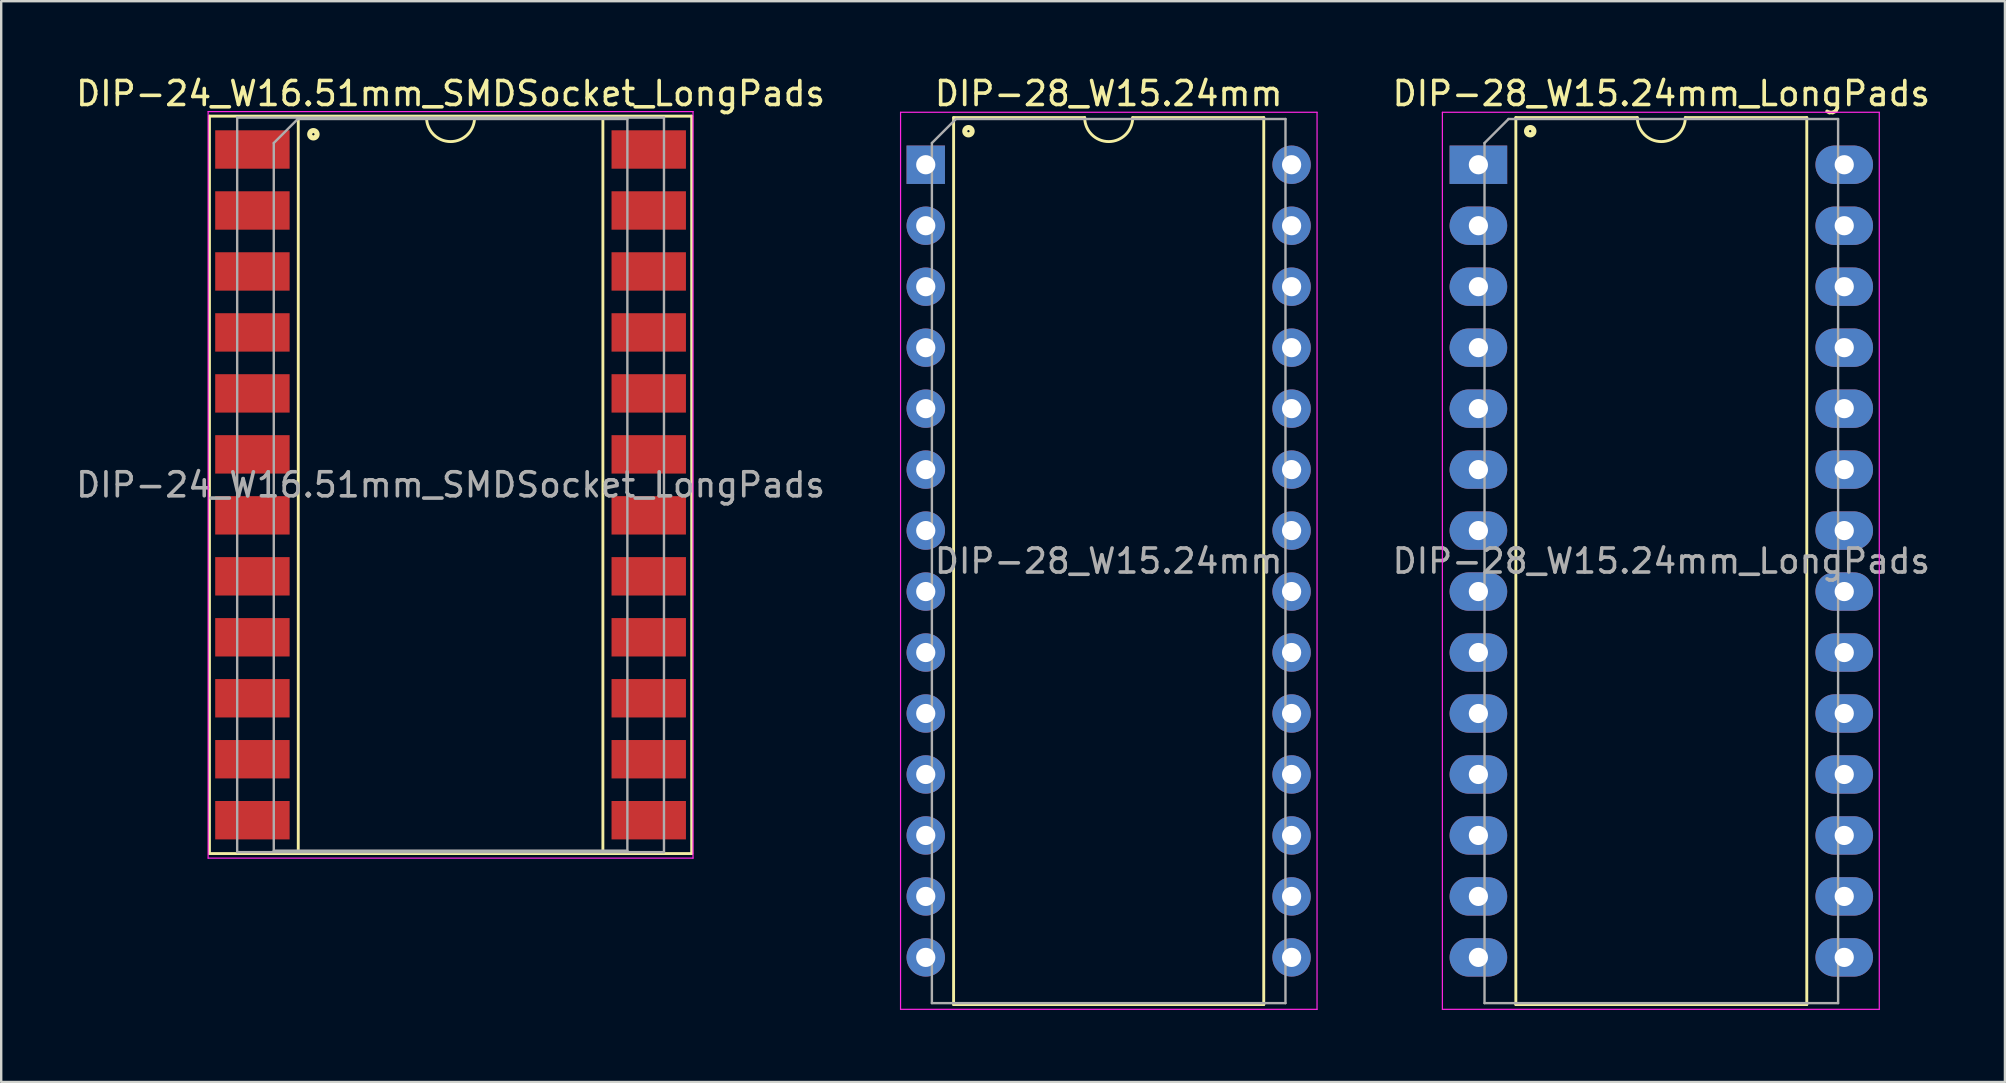
<source format=kicad_pcb>
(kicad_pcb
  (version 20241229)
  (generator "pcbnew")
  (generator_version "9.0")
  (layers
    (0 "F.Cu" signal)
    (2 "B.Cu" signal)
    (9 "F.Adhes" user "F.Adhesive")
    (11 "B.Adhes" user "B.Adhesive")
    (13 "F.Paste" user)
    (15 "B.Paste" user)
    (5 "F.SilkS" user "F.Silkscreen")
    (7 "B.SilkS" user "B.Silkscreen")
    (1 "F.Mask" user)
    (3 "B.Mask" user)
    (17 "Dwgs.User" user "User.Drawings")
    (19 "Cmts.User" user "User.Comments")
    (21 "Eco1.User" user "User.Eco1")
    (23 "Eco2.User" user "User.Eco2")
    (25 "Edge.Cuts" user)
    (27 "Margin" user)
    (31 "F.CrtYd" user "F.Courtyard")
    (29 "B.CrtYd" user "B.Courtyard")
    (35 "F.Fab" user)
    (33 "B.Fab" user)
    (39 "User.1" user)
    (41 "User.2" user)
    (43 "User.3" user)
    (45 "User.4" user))
  (footprint "DIP-28_W15.24mm"
    (layer "F.Cu")
    (at 35.515 3.813)
    (property "Reference" "DIP-28_W15.24mm" (at 7.621 -2.965 0) (layer "F.SilkS") (effects (font (size 1 1) (thickness 0.15))))
    (attr through_hole)
    (fp_line (start 1.16 34.985) (end 14.08 34.985) (stroke (width 0.12) (type solid)) (layer "F.SilkS"))
    (fp_line (start 1.161 -1.965) (end 1.16 34.985) (stroke (width 0.12) (type solid)) (layer "F.SilkS"))
    (fp_line (start 6.621 -1.965) (end 1.161 -1.965) (stroke (width 0.12) (type solid)) (layer "F.SilkS"))
    (fp_line (start 14.08 34.985) (end 14.081 -1.965) (stroke (width 0.12) (type solid)) (layer "F.SilkS"))
    (fp_line (start 14.081 -1.965) (end 8.621 -1.965) (stroke (width 0.12) (type solid)) (layer "F.SilkS"))
    (fp_arc (start 8.621 -1.965) (mid 7.621 -0.965) (end 6.621 -1.965) (stroke (width 0.12) (type solid)) (layer "F.SilkS"))
    (fp_circle (center 1.779 -1.397) (end 1.829 -1.397) (stroke (width 0.12) (type solid)) (fill no) (layer "F.SilkS"))
    (fp_circle (center 1.779 -1.397) (end 1.904 -1.397) (stroke (width 0.12) (type solid)) (fill no) (layer "F.SilkS"))
    (fp_circle (center 1.779 -1.397) (end 1.979 -1.397) (stroke (width 0.12) (type solid)) (fill no) (layer "F.SilkS"))
    (fp_line (start -1.05 35.185) (end 16.3 35.185) (stroke (width 0.05) (type solid)) (layer "F.CrtYd"))
    (fp_line (start -1.049 -2.185) (end -1.05 35.185) (stroke (width 0.05) (type solid)) (layer "F.CrtYd"))
    (fp_line (start 16.3 35.185) (end 16.301 -2.185) (stroke (width 0.05) (type solid)) (layer "F.CrtYd"))
    (fp_line (start 16.301 -2.185) (end -1.049 -2.185) (stroke (width 0.05) (type solid)) (layer "F.CrtYd"))
    (fp_line (start 0.255 34.925) (end 0.256 -0.905) (stroke (width 0.1) (type solid)) (layer "F.Fab"))
    (fp_line (start 0.256 -0.905) (end 1.256 -1.905) (stroke (width 0.1) (type solid)) (layer "F.Fab"))
    (fp_line (start 1.256 -1.905) (end 14.986 -1.905) (stroke (width 0.1) (type solid)) (layer "F.Fab"))
    (fp_line (start 14.985 34.925) (end 0.255 34.925) (stroke (width 0.1) (type solid)) (layer "F.Fab"))
    (fp_line (start 14.986 -1.905) (end 14.985 34.925) (stroke (width 0.1) (type solid)) (layer "F.Fab"))
    (fp_text user "${REFERENCE}" (at 7.62 16.51 0) (layer "F.Fab") (effects (font (size 1 1) (thickness 0.15))))
    (pad "1" thru_hole rect (at 0 0) (size 1.6 1.6) (drill 0.8) (layers "*.Cu" "*.Mask"))
    (pad "2" thru_hole oval (at 0 2.54) (size 1.6 1.6) (drill 0.8) (layers "*.Cu" "*.Mask"))
    (pad "3" thru_hole oval (at 0 5.08) (size 1.6 1.6) (drill 0.8) (layers "*.Cu" "*.Mask"))
    (pad "4" thru_hole oval (at 0 7.62) (size 1.6 1.6) (drill 0.8) (layers "*.Cu" "*.Mask"))
    (pad "5" thru_hole oval (at 0 10.16) (size 1.6 1.6) (drill 0.8) (layers "*.Cu" "*.Mask"))
    (pad "6" thru_hole oval (at 0 12.7) (size 1.6 1.6) (drill 0.8) (layers "*.Cu" "*.Mask"))
    (pad "7" thru_hole oval (at 0 15.24) (size 1.6 1.6) (drill 0.8) (layers "*.Cu" "*.Mask"))
    (pad "8" thru_hole oval (at 0 17.78) (size 1.6 1.6) (drill 0.8) (layers "*.Cu" "*.Mask"))
    (pad "9" thru_hole oval (at 0 20.32) (size 1.6 1.6) (drill 0.8) (layers "*.Cu" "*.Mask"))
    (pad "10" thru_hole oval (at 0 22.86) (size 1.6 1.6) (drill 0.8) (layers "*.Cu" "*.Mask"))
    (pad "11" thru_hole oval (at 0 25.4) (size 1.6 1.6) (drill 0.8) (layers "*.Cu" "*.Mask"))
    (pad "12" thru_hole oval (at 0 27.94) (size 1.6 1.6) (drill 0.8) (layers "*.Cu" "*.Mask"))
    (pad "13" thru_hole oval (at 0 30.48) (size 1.6 1.6) (drill 0.8) (layers "*.Cu" "*.Mask"))
    (pad "14" thru_hole oval (at 0 33.02) (size 1.6 1.6) (drill 0.8) (layers "*.Cu" "*.Mask"))
    (pad "15" thru_hole oval (at 15.24 33.02) (size 1.6 1.6) (drill 0.8) (layers "*.Cu" "*.Mask"))
    (pad "16" thru_hole oval (at 15.24 30.48) (size 1.6 1.6) (drill 0.8) (layers "*.Cu" "*.Mask"))
    (pad "17" thru_hole oval (at 15.24 27.94) (size 1.6 1.6) (drill 0.8) (layers "*.Cu" "*.Mask"))
    (pad "18" thru_hole oval (at 15.24 25.4) (size 1.6 1.6) (drill 0.8) (layers "*.Cu" "*.Mask"))
    (pad "19" thru_hole oval (at 15.24 22.86) (size 1.6 1.6) (drill 0.8) (layers "*.Cu" "*.Mask"))
    (pad "20" thru_hole oval (at 15.24 20.32) (size 1.6 1.6) (drill 0.8) (layers "*.Cu" "*.Mask"))
    (pad "21" thru_hole oval (at 15.24 17.78) (size 1.6 1.6) (drill 0.8) (layers "*.Cu" "*.Mask"))
    (pad "22" thru_hole oval (at 15.24 15.24) (size 1.6 1.6) (drill 0.8) (layers "*.Cu" "*.Mask"))
    (pad "23" thru_hole oval (at 15.24 12.7) (size 1.6 1.6) (drill 0.8) (layers "*.Cu" "*.Mask"))
    (pad "24" thru_hole oval (at 15.24 10.16) (size 1.6 1.6) (drill 0.8) (layers "*.Cu" "*.Mask"))
    (pad "25" thru_hole oval (at 15.24 7.62) (size 1.6 1.6) (drill 0.8) (layers "*.Cu" "*.Mask"))
    (pad "26" thru_hole oval (at 15.24 5.08) (size 1.6 1.6) (drill 0.8) (layers "*.Cu" "*.Mask"))
    (pad "27" thru_hole oval (at 15.24 2.54) (size 1.6 1.6) (drill 0.8) (layers "*.Cu" "*.Mask"))
    (pad "28" thru_hole oval (at 15.24 0) (size 1.6 1.6) (drill 0.8) (layers "*.Cu" "*.Mask")))
  (footprint "DIP-28_W15.24mm_LongPads"
    (layer "F.Cu")
    (at 58.537 3.813)
    (property "Reference" "DIP-28_W15.24mm_LongPads" (at 7.62 -2.965 0) (layer "F.SilkS") (effects (font (size 1 1) (thickness 0.15))))
    (attr through_hole)
    (fp_line (start 1.56 -1.965) (end 1.56 34.985) (stroke (width 0.12) (type solid)) (layer "F.SilkS"))
    (fp_line (start 1.56 34.985) (end 13.68 34.985) (stroke (width 0.12) (type solid)) (layer "F.SilkS"))
    (fp_line (start 6.62 -1.965) (end 1.56 -1.965) (stroke (width 0.12) (type solid)) (layer "F.SilkS"))
    (fp_line (start 13.68 -1.965) (end 8.62 -1.965) (stroke (width 0.12) (type solid)) (layer "F.SilkS"))
    (fp_line (start 13.68 34.985) (end 13.68 -1.965) (stroke (width 0.12) (type solid)) (layer "F.SilkS"))
    (fp_arc (start 8.62 -1.965) (mid 7.62 -0.965) (end 6.62 -1.965) (stroke (width 0.12) (type solid)) (layer "F.SilkS"))
    (fp_circle (center 2.159 -1.397) (end 2.209 -1.397) (stroke (width 0.12) (type solid)) (fill no) (layer "F.SilkS"))
    (fp_circle (center 2.159 -1.397) (end 2.284 -1.397) (stroke (width 0.12) (type solid)) (fill no) (layer "F.SilkS"))
    (fp_circle (center 2.159 -1.397) (end 2.359 -1.397) (stroke (width 0.12) (type solid)) (fill no) (layer "F.SilkS"))
    (fp_line (start -1.5 -2.185) (end -1.5 35.185) (stroke (width 0.05) (type solid)) (layer "F.CrtYd"))
    (fp_line (start -1.5 35.185) (end 16.7 35.185) (stroke (width 0.05) (type solid)) (layer "F.CrtYd"))
    (fp_line (start 16.7 -2.185) (end -1.5 -2.185) (stroke (width 0.05) (type solid)) (layer "F.CrtYd"))
    (fp_line (start 16.7 35.185) (end 16.7 -2.185) (stroke (width 0.05) (type solid)) (layer "F.CrtYd"))
    (fp_line (start 0.255 -0.905) (end 1.255 -1.905) (stroke (width 0.1) (type solid)) (layer "F.Fab"))
    (fp_line (start 0.255 34.925) (end 0.255 -0.905) (stroke (width 0.1) (type solid)) (layer "F.Fab"))
    (fp_line (start 1.255 -1.905) (end 14.985 -1.905) (stroke (width 0.1) (type solid)) (layer "F.Fab"))
    (fp_line (start 14.985 -1.905) (end 14.985 34.925) (stroke (width 0.1) (type solid)) (layer "F.Fab"))
    (fp_line (start 14.985 34.925) (end 0.255 34.925) (stroke (width 0.1) (type solid)) (layer "F.Fab"))
    (fp_text user "${REFERENCE}" (at 7.62 16.51 0) (layer "F.Fab") (effects (font (size 1 1) (thickness 0.15))))
    (pad "1" thru_hole rect (at 0 0) (size 2.4 1.6) (drill 0.8) (layers "*.Cu" "*.Mask"))
    (pad "2" thru_hole oval (at 0 2.54) (size 2.4 1.6) (drill 0.8) (layers "*.Cu" "*.Mask"))
    (pad "3" thru_hole oval (at 0 5.08) (size 2.4 1.6) (drill 0.8) (layers "*.Cu" "*.Mask"))
    (pad "4" thru_hole oval (at 0 7.62) (size 2.4 1.6) (drill 0.8) (layers "*.Cu" "*.Mask"))
    (pad "5" thru_hole oval (at 0 10.16) (size 2.4 1.6) (drill 0.8) (layers "*.Cu" "*.Mask"))
    (pad "6" thru_hole oval (at 0 12.7) (size 2.4 1.6) (drill 0.8) (layers "*.Cu" "*.Mask"))
    (pad "7" thru_hole oval (at 0 15.24) (size 2.4 1.6) (drill 0.8) (layers "*.Cu" "*.Mask"))
    (pad "8" thru_hole oval (at 0 17.78) (size 2.4 1.6) (drill 0.8) (layers "*.Cu" "*.Mask"))
    (pad "9" thru_hole oval (at 0 20.32) (size 2.4 1.6) (drill 0.8) (layers "*.Cu" "*.Mask"))
    (pad "10" thru_hole oval (at 0 22.86) (size 2.4 1.6) (drill 0.8) (layers "*.Cu" "*.Mask"))
    (pad "11" thru_hole oval (at 0 25.4) (size 2.4 1.6) (drill 0.8) (layers "*.Cu" "*.Mask"))
    (pad "12" thru_hole oval (at 0 27.94) (size 2.4 1.6) (drill 0.8) (layers "*.Cu" "*.Mask"))
    (pad "13" thru_hole oval (at 0 30.48) (size 2.4 1.6) (drill 0.8) (layers "*.Cu" "*.Mask"))
    (pad "14" thru_hole oval (at 0 33.02) (size 2.4 1.6) (drill 0.8) (layers "*.Cu" "*.Mask"))
    (pad "15" thru_hole oval (at 15.24 33.02) (size 2.4 1.6) (drill 0.8) (layers "*.Cu" "*.Mask"))
    (pad "16" thru_hole oval (at 15.24 30.48) (size 2.4 1.6) (drill 0.8) (layers "*.Cu" "*.Mask"))
    (pad "17" thru_hole oval (at 15.24 27.94) (size 2.4 1.6) (drill 0.8) (layers "*.Cu" "*.Mask"))
    (pad "18" thru_hole oval (at 15.24 25.4) (size 2.4 1.6) (drill 0.8) (layers "*.Cu" "*.Mask"))
    (pad "19" thru_hole oval (at 15.24 22.86) (size 2.4 1.6) (drill 0.8) (layers "*.Cu" "*.Mask"))
    (pad "20" thru_hole oval (at 15.24 20.32) (size 2.4 1.6) (drill 0.8) (layers "*.Cu" "*.Mask"))
    (pad "21" thru_hole oval (at 15.24 17.78) (size 2.4 1.6) (drill 0.8) (layers "*.Cu" "*.Mask"))
    (pad "22" thru_hole oval (at 15.24 15.24) (size 2.4 1.6) (drill 0.8) (layers "*.Cu" "*.Mask"))
    (pad "23" thru_hole oval (at 15.24 12.7) (size 2.4 1.6) (drill 0.8) (layers "*.Cu" "*.Mask"))
    (pad "24" thru_hole oval (at 15.24 10.16) (size 2.4 1.6) (drill 0.8) (layers "*.Cu" "*.Mask"))
    (pad "25" thru_hole oval (at 15.24 7.62) (size 2.4 1.6) (drill 0.8) (layers "*.Cu" "*.Mask"))
    (pad "26" thru_hole oval (at 15.24 5.08) (size 2.4 1.6) (drill 0.8) (layers "*.Cu" "*.Mask"))
    (pad "27" thru_hole oval (at 15.24 2.54) (size 2.4 1.6) (drill 0.8) (layers "*.Cu" "*.Mask"))
    (pad "28" thru_hole oval (at 15.24 0) (size 2.4 1.6) (drill 0.8) (layers "*.Cu" "*.Mask")))
  (footprint "DIP-24_W16.51mm_SMDSocket_LongPads"
    (layer "F.Cu")
    (at 15.72 17.148)
    (property "Reference" "DIP-24_W16.51mm_SMDSocket_LongPads" (at 0 -16.3 0) (layer "F.SilkS") (effects (font (size 1 1) (thickness 0.15))))
    (attr smd)
    (fp_line (start -10.045 -15.36) (end -10.045 15.36) (stroke (width 0.12) (type solid)) (layer "F.SilkS"))
    (fp_line (start -10.045 15.36) (end 10.045 15.36) (stroke (width 0.12) (type solid)) (layer "F.SilkS"))
    (fp_line (start -6.345 -15.3) (end -6.345 15.3) (stroke (width 0.12) (type solid)) (layer "F.SilkS"))
    (fp_line (start -6.345 15.3) (end 6.345 15.3) (stroke (width 0.12) (type solid)) (layer "F.SilkS"))
    (fp_line (start -1 -15.3) (end -6.345 -15.3) (stroke (width 0.12) (type solid)) (layer "F.SilkS"))
    (fp_line (start 6.345 -15.3) (end 1 -15.3) (stroke (width 0.12) (type solid)) (layer "F.SilkS"))
    (fp_line (start 6.345 15.3) (end 6.345 -15.3) (stroke (width 0.12) (type solid)) (layer "F.SilkS"))
    (fp_line (start 10.045 -15.36) (end -10.045 -15.36) (stroke (width 0.12) (type solid)) (layer "F.SilkS"))
    (fp_line (start 10.045 15.36) (end 10.045 -15.36) (stroke (width 0.12) (type solid)) (layer "F.SilkS"))
    (fp_arc (start 1 -15.3) (mid 0 -14.3) (end -1 -15.3) (stroke (width 0.12) (type solid)) (layer "F.SilkS"))
    (fp_circle (center -5.715 -14.605) (end -5.665 -14.605) (stroke (width 0.12) (type solid)) (fill no) (layer "F.SilkS"))
    (fp_circle (center -5.715 -14.605) (end -5.59 -14.605) (stroke (width 0.12) (type solid)) (fill no) (layer "F.SilkS"))
    (fp_circle (center -5.715 -14.605) (end -5.515 -14.605) (stroke (width 0.12) (type solid)) (fill no) (layer "F.SilkS"))
    (fp_line (start -10.1 -15.55) (end -10.1 15.55) (stroke (width 0.05) (type solid)) (layer "F.CrtYd"))
    (fp_line (start -10.1 15.55) (end 10.1 15.55) (stroke (width 0.05) (type solid)) (layer "F.CrtYd"))
    (fp_line (start 10.1 -15.55) (end -10.1 -15.55) (stroke (width 0.05) (type solid)) (layer "F.CrtYd"))
    (fp_line (start 10.1 15.55) (end 10.1 -15.55) (stroke (width 0.05) (type solid)) (layer "F.CrtYd"))
    (fp_line (start -8.89 -15.3) (end -8.89 15.3) (stroke (width 0.1) (type solid)) (layer "F.Fab"))
    (fp_line (start -8.89 15.3) (end 8.89 15.3) (stroke (width 0.1) (type solid)) (layer "F.Fab"))
    (fp_line (start -7.365 -14.24) (end -6.365 -15.24) (stroke (width 0.1) (type solid)) (layer "F.Fab"))
    (fp_line (start -7.365 15.24) (end -7.365 -14.24) (stroke (width 0.1) (type solid)) (layer "F.Fab"))
    (fp_line (start -6.365 -15.24) (end 7.365 -15.24) (stroke (width 0.1) (type solid)) (layer "F.Fab"))
    (fp_line (start 7.365 -15.24) (end 7.365 15.24) (stroke (width 0.1) (type solid)) (layer "F.Fab"))
    (fp_line (start 7.365 15.24) (end -7.365 15.24) (stroke (width 0.1) (type solid)) (layer "F.Fab"))
    (fp_line (start 8.89 -15.3) (end -8.89 -15.3) (stroke (width 0.1) (type solid)) (layer "F.Fab"))
    (fp_line (start 8.89 15.3) (end 8.89 -15.3) (stroke (width 0.1) (type solid)) (layer "F.Fab"))
    (fp_text user "${REFERENCE}" (at 0 0 0) (layer "F.Fab") (effects (font (size 1 1) (thickness 0.15))))
    (pad "1" smd rect (at -8.255 -13.97) (size 3.1 1.6) (layers "F.Cu" "F.Mask" "F.Paste"))
    (pad "2" smd rect (at -8.255 -11.43) (size 3.1 1.6) (layers "F.Cu" "F.Mask" "F.Paste"))
    (pad "3" smd rect (at -8.255 -8.89) (size 3.1 1.6) (layers "F.Cu" "F.Mask" "F.Paste"))
    (pad "4" smd rect (at -8.255 -6.35) (size 3.1 1.6) (layers "F.Cu" "F.Mask" "F.Paste"))
    (pad "5" smd rect (at -8.255 -3.81) (size 3.1 1.6) (layers "F.Cu" "F.Mask" "F.Paste"))
    (pad "6" smd rect (at -8.255 -1.27) (size 3.1 1.6) (layers "F.Cu" "F.Mask" "F.Paste"))
    (pad "7" smd rect (at -8.255 1.27) (size 3.1 1.6) (layers "F.Cu" "F.Mask" "F.Paste"))
    (pad "8" smd rect (at -8.255 3.81) (size 3.1 1.6) (layers "F.Cu" "F.Mask" "F.Paste"))
    (pad "9" smd rect (at -8.255 6.35) (size 3.1 1.6) (layers "F.Cu" "F.Mask" "F.Paste"))
    (pad "10" smd rect (at -8.255 8.89) (size 3.1 1.6) (layers "F.Cu" "F.Mask" "F.Paste"))
    (pad "11" smd rect (at -8.255 11.43) (size 3.1 1.6) (layers "F.Cu" "F.Mask" "F.Paste"))
    (pad "12" smd rect (at -8.255 13.97) (size 3.1 1.6) (layers "F.Cu" "F.Mask" "F.Paste"))
    (pad "13" smd rect (at 8.255 13.97) (size 3.1 1.6) (layers "F.Cu" "F.Mask" "F.Paste"))
    (pad "14" smd rect (at 8.255 11.43) (size 3.1 1.6) (layers "F.Cu" "F.Mask" "F.Paste"))
    (pad "15" smd rect (at 8.255 8.89) (size 3.1 1.6) (layers "F.Cu" "F.Mask" "F.Paste"))
    (pad "16" smd rect (at 8.255 6.35) (size 3.1 1.6) (layers "F.Cu" "F.Mask" "F.Paste"))
    (pad "17" smd rect (at 8.255 3.81) (size 3.1 1.6) (layers "F.Cu" "F.Mask" "F.Paste"))
    (pad "18" smd rect (at 8.255 1.27) (size 3.1 1.6) (layers "F.Cu" "F.Mask" "F.Paste"))
    (pad "19" smd rect (at 8.255 -1.27) (size 3.1 1.6) (layers "F.Cu" "F.Mask" "F.Paste"))
    (pad "20" smd rect (at 8.255 -3.81) (size 3.1 1.6) (layers "F.Cu" "F.Mask" "F.Paste"))
    (pad "21" smd rect (at 8.255 -6.35) (size 3.1 1.6) (layers "F.Cu" "F.Mask" "F.Paste"))
    (pad "22" smd rect (at 8.255 -8.89) (size 3.1 1.6) (layers "F.Cu" "F.Mask" "F.Paste"))
    (pad "23" smd rect (at 8.255 -11.43) (size 3.1 1.6) (layers "F.Cu" "F.Mask" "F.Paste"))
    (pad "24" smd rect (at 8.255 -13.97) (size 3.1 1.6) (layers "F.Cu" "F.Mask" "F.Paste")))
  (gr_rect
    (start -3 -3)
    (end 80.472 42.023)
    (stroke (width 0.1) (type default))
    (fill no)
    (layer "Edge.Cuts")))
</source>
